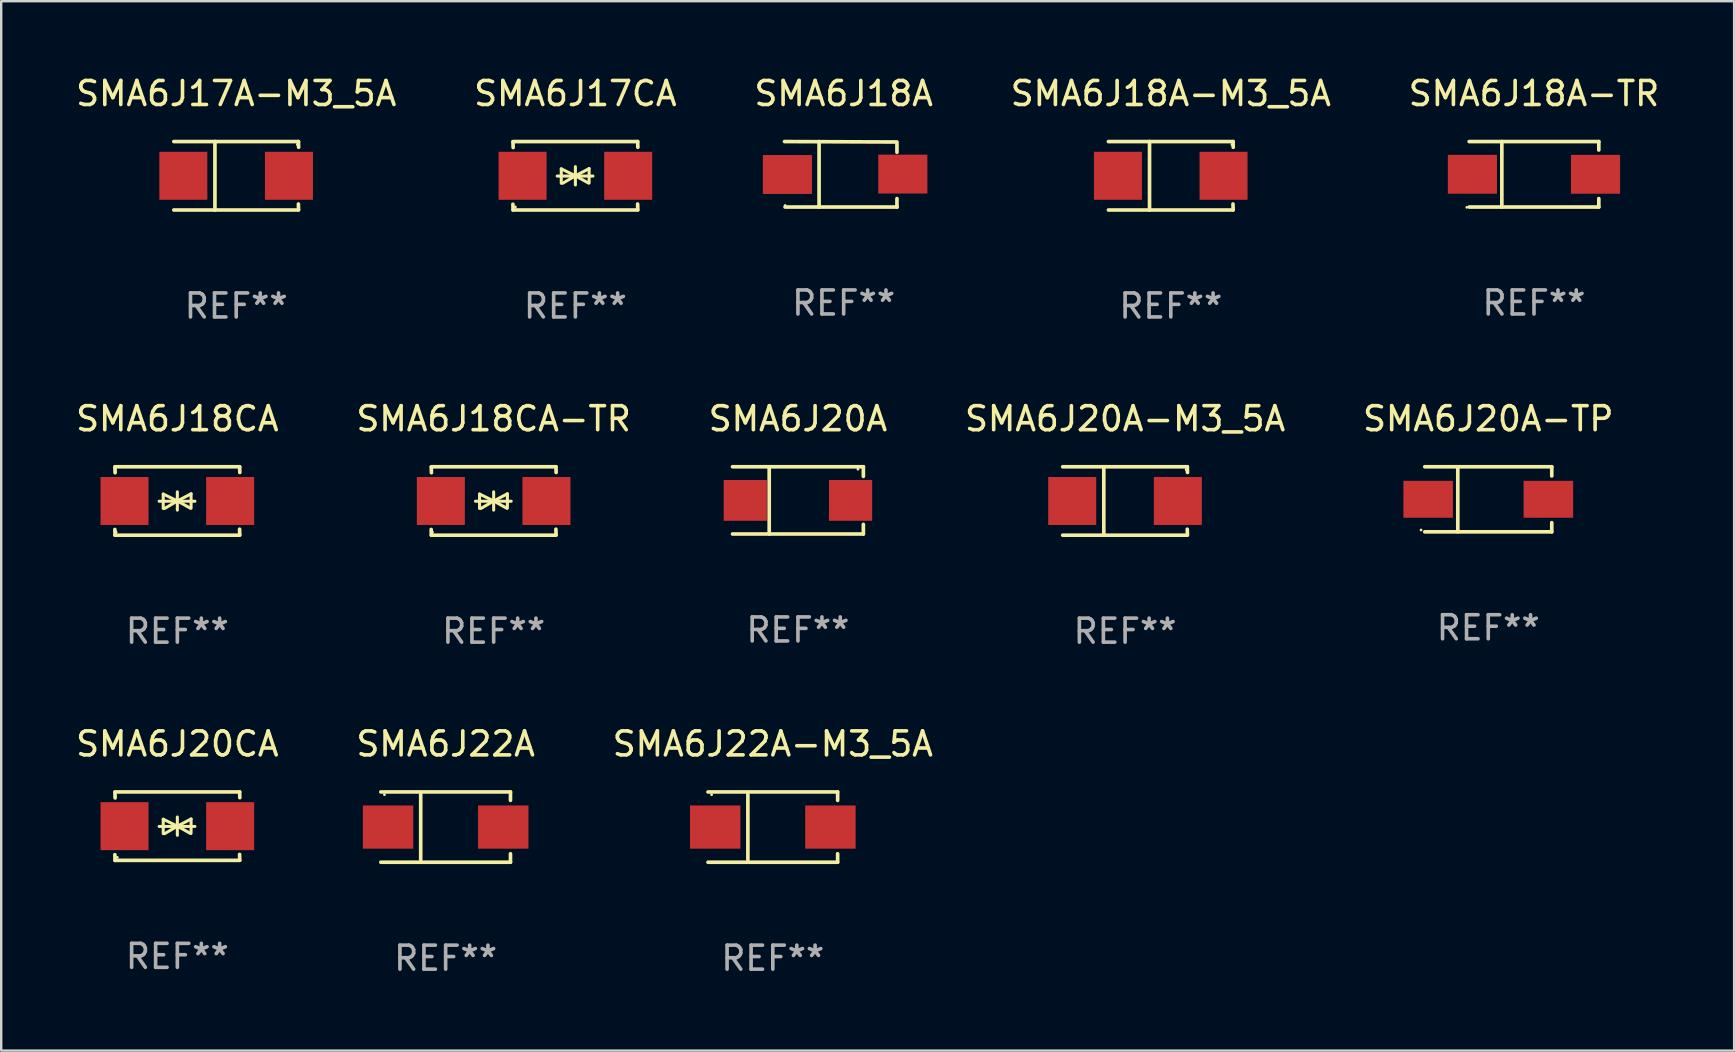
<source format=kicad_pcb>
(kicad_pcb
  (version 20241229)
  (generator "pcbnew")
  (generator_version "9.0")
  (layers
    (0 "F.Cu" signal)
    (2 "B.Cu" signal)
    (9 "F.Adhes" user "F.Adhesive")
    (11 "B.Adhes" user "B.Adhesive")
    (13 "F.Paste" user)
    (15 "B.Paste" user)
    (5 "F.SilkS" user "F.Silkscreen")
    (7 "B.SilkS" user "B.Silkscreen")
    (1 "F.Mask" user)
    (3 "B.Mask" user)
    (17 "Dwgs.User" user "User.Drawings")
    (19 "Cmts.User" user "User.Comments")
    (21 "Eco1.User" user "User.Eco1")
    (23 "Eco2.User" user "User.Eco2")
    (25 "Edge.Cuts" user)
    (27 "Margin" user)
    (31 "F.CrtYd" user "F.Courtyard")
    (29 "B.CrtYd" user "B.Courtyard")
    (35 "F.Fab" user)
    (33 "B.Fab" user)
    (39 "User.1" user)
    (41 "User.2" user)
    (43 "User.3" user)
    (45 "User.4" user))
  (footprint "SMA6J20A"
    (layer "F.Cu")
    (at 30.196 17.798)
    (property "Reference" "SMA6J20A" (at 0 -3.401 0) (layer "F.SilkS") (effects (font (size 1 1) (thickness 0.15))))
    (attr through_hole)
    (fp_line (start -2.726 -1.401) (end 2.726 -1.401) (stroke (width 0.152) (type solid)) (layer "F.SilkS"))
    (fp_line (start -2.726 1.401) (end 2.726 1.401) (stroke (width 0.152) (type solid)) (layer "F.SilkS"))
    (fp_line (start -1.197 -1.401) (end -1.197 1.401) (stroke (width 0.152) (type solid)) (layer "F.SilkS"))
    (fp_line (start 2.726 -1.401) (end 2.726 -1) (stroke (width 0.152) (type solid)) (layer "F.SilkS"))
    (fp_line (start 2.726 1.401) (end 2.726 1) (stroke (width 0.152) (type solid)) (layer "F.SilkS"))
    (fp_circle (center 2.5 -1.3) (end 2.53 -1.3) (stroke (width 0.06) (type solid)) (fill no) (layer "F.SilkS"))
    (fp_text user "REF**" (at 0 5.401 0) (layer "F.Fab") (effects (font (size 1 1) (thickness 0.15))))
    (pad "1" smd rect (at 2.193 0) (size 1.8 1.7) (layers "F.Cu" "F.Mask" "F.Paste"))
    (pad "2" smd rect (at -2.193 0) (size 1.8 1.7) (layers "F.Cu" "F.Mask" "F.Paste")))
  (footprint "SMA6J18A-M3_5A"
    (layer "F.Cu")
    (at 45.732 4.274)
    (property "Reference" "SMA6J18A-M3_5A" (at 0 -3.426 0) (layer "F.SilkS") (effects (font (size 1 1) (thickness 0.15))))
    (attr through_hole)
    (fp_line (start -2.6 -1.426) (end 2.593 -1.426) (stroke (width 0.152) (type solid)) (layer "F.SilkS"))
    (fp_line (start -2.6 1.426) (end 2.593 1.426) (stroke (width 0.152) (type solid)) (layer "F.SilkS"))
    (fp_line (start -0.887 -1.426) (end -0.887 1.426) (stroke (width 0.152) (type solid)) (layer "F.SilkS"))
    (fp_line (start 2.59 1.176) (end 2.597 1.415) (stroke (width 0.152) (type solid)) (layer "F.SilkS"))
    (fp_line (start 2.593 -1.426) (end 2.6 -1.187) (stroke (width 0.152) (type solid)) (layer "F.SilkS"))
    (fp_circle (center 2.547 -1.3) (end 2.577 -1.3) (stroke (width 0.06) (type solid)) (fill no) (layer "F.SilkS"))
    (fp_text user "REF**" (at 0 5.426 0) (layer "F.Fab") (effects (font (size 1 1) (thickness 0.15))))
    (pad "1" smd rect (at 2.197 -0.000025 180) (size 2 2) (layers "F.Cu" "F.Mask" "F.Paste"))
    (pad "2" smd rect (at -2.203 -0.000025 180) (size 2 2) (layers "F.Cu" "F.Mask" "F.Paste")))
  (footprint "SMA6J22A-M3_5A"
    (layer "F.Cu")
    (at 29.149 31.41)
    (property "Reference" "SMA6J22A-M3_5A" (at 0 -3.464 0) (layer "F.SilkS") (effects (font (size 1 1) (thickness 0.15))))
    (attr through_hole)
    (fp_line (start -2.701 -1.464) (end 2.701 -1.464) (stroke (width 0.152) (type solid)) (layer "F.SilkS"))
    (fp_line (start -2.701 1.464) (end 2.701 1.464) (stroke (width 0.152) (type solid)) (layer "F.SilkS"))
    (fp_line (start -1.039 -1.364) (end -1.039 1.364) (stroke (width 0.152) (type solid)) (layer "F.SilkS"))
    (fp_line (start 2.701 -1.464) (end 2.701 -1.113) (stroke (width 0.152) (type solid)) (layer "F.SilkS"))
    (fp_line (start 2.701 1.464) (end 2.701 1.113) (stroke (width 0.152) (type solid)) (layer "F.SilkS"))
    (fp_circle (center -2.55 -1.35) (end -2.52 -1.35) (stroke (width 0.06) (type solid)) (fill no) (layer "F.SilkS"))
    (fp_text user "REF**" (at 0 5.464 0) (layer "F.Fab") (effects (font (size 1 1) (thickness 0.15))))
    (pad "1" smd rect (at -2.4 0) (size 2.1 1.8) (layers "F.Cu" "F.Mask" "F.Paste"))
    (pad "2" smd rect (at 2.4 0) (size 2.1 1.8) (layers "F.Cu" "F.Mask" "F.Paste")))
  (footprint "SMA6J22A"
    (layer "F.Cu")
    (at 15.518 31.41)
    (property "Reference" "SMA6J22A" (at 0 -3.464 0) (layer "F.SilkS") (effects (font (size 1 1) (thickness 0.15))))
    (attr through_hole)
    (fp_line (start -2.701 -1.464) (end 2.701 -1.464) (stroke (width 0.152) (type solid)) (layer "F.SilkS"))
    (fp_line (start -2.701 1.464) (end 2.701 1.464) (stroke (width 0.152) (type solid)) (layer "F.SilkS"))
    (fp_line (start -1.039 -1.364) (end -1.039 1.364) (stroke (width 0.152) (type solid)) (layer "F.SilkS"))
    (fp_line (start 2.701 -1.464) (end 2.701 -1.113) (stroke (width 0.152) (type solid)) (layer "F.SilkS"))
    (fp_line (start 2.701 1.464) (end 2.701 1.113) (stroke (width 0.152) (type solid)) (layer "F.SilkS"))
    (fp_circle (center -2.55 -1.35) (end -2.52 -1.35) (stroke (width 0.06) (type solid)) (fill no) (layer "F.SilkS"))
    (fp_text user "REF**" (at 0 5.464 0) (layer "F.Fab") (effects (font (size 1 1) (thickness 0.15))))
    (pad "1" smd rect (at -2.4 0) (size 2.1 1.8) (layers "F.Cu" "F.Mask" "F.Paste"))
    (pad "2" smd rect (at 2.4 0) (size 2.1 1.8) (layers "F.Cu" "F.Mask" "F.Paste")))
  (footprint "SMA6J20A-M3_5A"
    (layer "F.Cu")
    (at 43.827 17.823)
    (property "Reference" "SMA6J20A-M3_5A" (at 0 -3.426 0) (layer "F.SilkS") (effects (font (size 1 1) (thickness 0.15))))
    (attr through_hole)
    (fp_line (start -2.6 -1.426) (end 2.593 -1.426) (stroke (width 0.152) (type solid)) (layer "F.SilkS"))
    (fp_line (start -2.6 1.426) (end 2.593 1.426) (stroke (width 0.152) (type solid)) (layer "F.SilkS"))
    (fp_line (start -0.887 -1.426) (end -0.887 1.426) (stroke (width 0.152) (type solid)) (layer "F.SilkS"))
    (fp_line (start 2.59 1.176) (end 2.597 1.415) (stroke (width 0.152) (type solid)) (layer "F.SilkS"))
    (fp_line (start 2.593 -1.426) (end 2.6 -1.187) (stroke (width 0.152) (type solid)) (layer "F.SilkS"))
    (fp_circle (center 2.547 -1.3) (end 2.577 -1.3) (stroke (width 0.06) (type solid)) (fill no) (layer "F.SilkS"))
    (fp_text user "REF**" (at 0 5.426 0) (layer "F.Fab") (effects (font (size 1 1) (thickness 0.15))))
    (pad "1" smd rect (at 2.197 -0.000025 180) (size 2 2) (layers "F.Cu" "F.Mask" "F.Paste"))
    (pad "2" smd rect (at -2.203 -0.000025 180) (size 2 2) (layers "F.Cu" "F.Mask" "F.Paste")))
  (footprint "SMA6J18A-TR"
    (layer "F.Cu")
    (at 60.863 4.212)
    (property "Reference" "SMA6J18A-TR" (at 0 -3.364 0) (layer "F.SilkS") (effects (font (size 1 1) (thickness 0.15))))
    (attr through_hole)
    (fp_line (start -2.701 -1.364) (end 2.701 -1.364) (stroke (width 0.152) (type solid)) (layer "F.SilkS"))
    (fp_line (start -2.701 1.364) (end 2.701 1.364) (stroke (width 0.152) (type solid)) (layer "F.SilkS"))
    (fp_line (start -1.339 -1.364) (end -1.339 1.364) (stroke (width 0.152) (type solid)) (layer "F.SilkS"))
    (fp_line (start 2.701 -1.364) (end 2.701 -1.013) (stroke (width 0.152) (type solid)) (layer "F.SilkS"))
    (fp_line (start 2.701 1.364) (end 2.701 1.013) (stroke (width 0.152) (type solid)) (layer "F.SilkS"))
    (fp_circle (center -2.8 1.375) (end -2.77 1.375) (stroke (width 0.06) (type solid)) (fill no) (layer "F.SilkS"))
    (fp_text user "REF**" (at 0 5.364 0) (layer "F.Fab") (effects (font (size 1 1) (thickness 0.15))))
    (pad "1" smd rect (at -2.565 -0.000025) (size 2.046 1.62) (layers "F.Cu" "F.Mask" "F.Paste"))
    (pad "2" smd rect (at 2.565 -0.000025) (size 2.046 1.62) (layers "F.Cu" "F.Mask" "F.Paste")))
  (footprint "SMA6J20CA"
    (layer "F.Cu")
    (at 4.339 31.372)
    (property "Reference" "SMA6J20CA" (at 0 -3.426 0) (layer "F.SilkS") (effects (font (size 1 1) (thickness 0.15))))
    (attr through_hole)
    (fp_line (start -2.596 -1.426) (end 2.596 -1.426) (stroke (width 0.152) (type solid)) (layer "F.SilkS"))
    (fp_line (start -2.596 1.426) (end -2.603 1.187) (stroke (width 0.152) (type solid)) (layer "F.SilkS"))
    (fp_line (start -2.596 1.426) (end 2.596 1.426) (stroke (width 0.152) (type solid)) (layer "F.SilkS"))
    (fp_line (start -2.593 -1.176) (end -2.6 -1.415) (stroke (width 0.152) (type solid)) (layer "F.SilkS"))
    (fp_line (start -0.758 0.011) (end 0.732 0.011) (stroke (width 0.127) (type solid)) (layer "F.SilkS"))
    (fp_line (start -0.588 -0.289) (end -0.588 0.311) (stroke (width 0.127) (type solid)) (layer "F.SilkS"))
    (fp_line (start -0.588 -0.289) (end 0 0) (stroke (width 0.127) (type solid)) (layer "F.SilkS"))
    (fp_line (start -0.528 0.311) (end 0 0) (stroke (width 0.127) (type solid)) (layer "F.SilkS"))
    (fp_line (start 0 0) (end 0 -0.381) (stroke (width 0.127) (type solid)) (layer "F.SilkS"))
    (fp_line (start 0 0) (end 0 0.381) (stroke (width 0.127) (type solid)) (layer "F.SilkS"))
    (fp_line (start 0.542 0.301) (end 0 0) (stroke (width 0.127) (type solid)) (layer "F.SilkS"))
    (fp_line (start 0.572 -0.299) (end 0 0) (stroke (width 0.127) (type solid)) (layer "F.SilkS"))
    (fp_line (start 0.572 -0.299) (end 0.572 0.301) (stroke (width 0.127) (type solid)) (layer "F.SilkS"))
    (fp_line (start 2.593 1.176) (end 2.6 1.415) (stroke (width 0.152) (type solid)) (layer "F.SilkS"))
    (fp_line (start 2.596 -1.426) (end 2.603 -1.187) (stroke (width 0.152) (type solid)) (layer "F.SilkS"))
    (fp_circle (center -2.5 1.3) (end -2.47 1.3) (stroke (width 0.06) (type solid)) (fill no) (layer "F.SilkS"))
    (fp_text user "REF**" (at 0 5.426 0) (layer "F.Fab") (effects (font (size 1 1) (thickness 0.15))))
    (pad "1" smd rect (at -2.2 0 180) (size 2 2) (layers "F.Cu" "F.Mask" "F.Paste"))
    (pad "2" smd rect (at 2.2 0 180) (size 2 2) (layers "F.Cu" "F.Mask" "F.Paste")))
  (footprint "SMA6J18CA-TR"
    (layer "F.Cu")
    (at 17.518 17.823)
    (property "Reference" "SMA6J18CA-TR" (at 0 -3.426 0) (layer "F.SilkS") (effects (font (size 1 1) (thickness 0.15))))
    (attr through_hole)
    (fp_line (start -2.596 -1.426) (end 2.596 -1.426) (stroke (width 0.152) (type solid)) (layer "F.SilkS"))
    (fp_line (start -2.596 1.426) (end -2.603 1.187) (stroke (width 0.152) (type solid)) (layer "F.SilkS"))
    (fp_line (start -2.596 1.426) (end 2.596 1.426) (stroke (width 0.152) (type solid)) (layer "F.SilkS"))
    (fp_line (start -2.593 -1.176) (end -2.6 -1.415) (stroke (width 0.152) (type solid)) (layer "F.SilkS"))
    (fp_line (start -0.758 0.011) (end 0.732 0.011) (stroke (width 0.127) (type solid)) (layer "F.SilkS"))
    (fp_line (start -0.588 -0.289) (end -0.588 0.311) (stroke (width 0.127) (type solid)) (layer "F.SilkS"))
    (fp_line (start -0.588 -0.289) (end 0 0) (stroke (width 0.127) (type solid)) (layer "F.SilkS"))
    (fp_line (start -0.528 0.311) (end 0 0) (stroke (width 0.127) (type solid)) (layer "F.SilkS"))
    (fp_line (start 0 0) (end 0 -0.381) (stroke (width 0.127) (type solid)) (layer "F.SilkS"))
    (fp_line (start 0 0) (end 0 0.381) (stroke (width 0.127) (type solid)) (layer "F.SilkS"))
    (fp_line (start 0.542 0.301) (end 0 0) (stroke (width 0.127) (type solid)) (layer "F.SilkS"))
    (fp_line (start 0.572 -0.299) (end 0 0) (stroke (width 0.127) (type solid)) (layer "F.SilkS"))
    (fp_line (start 0.572 -0.299) (end 0.572 0.301) (stroke (width 0.127) (type solid)) (layer "F.SilkS"))
    (fp_line (start 2.593 1.176) (end 2.6 1.415) (stroke (width 0.152) (type solid)) (layer "F.SilkS"))
    (fp_line (start 2.596 -1.426) (end 2.603 -1.187) (stroke (width 0.152) (type solid)) (layer "F.SilkS"))
    (fp_circle (center -2.55 1.3) (end -2.52 1.3) (stroke (width 0.06) (type solid)) (fill no) (layer "F.SilkS"))
    (fp_text user "REF**" (at 0 5.426 0) (layer "F.Fab") (effects (font (size 1 1) (thickness 0.15))))
    (pad "1" smd rect (at -2.2 0 180) (size 2 2) (layers "F.Cu" "F.Mask" "F.Paste"))
    (pad "2" smd rect (at 2.2 0 180) (size 2 2) (layers "F.Cu" "F.Mask" "F.Paste")))
  (footprint "SMA6J17A-M3_5A"
    (layer "F.Cu")
    (at 6.792 4.274)
    (property "Reference" "SMA6J17A-M3_5A" (at 0 -3.426 0) (layer "F.SilkS") (effects (font (size 1 1) (thickness 0.15))))
    (attr through_hole)
    (fp_line (start -2.6 -1.426) (end 2.593 -1.426) (stroke (width 0.152) (type solid)) (layer "F.SilkS"))
    (fp_line (start -2.6 1.426) (end 2.593 1.426) (stroke (width 0.152) (type solid)) (layer "F.SilkS"))
    (fp_line (start -0.887 -1.426) (end -0.887 1.426) (stroke (width 0.152) (type solid)) (layer "F.SilkS"))
    (fp_line (start 2.59 1.176) (end 2.597 1.415) (stroke (width 0.152) (type solid)) (layer "F.SilkS"))
    (fp_line (start 2.593 -1.426) (end 2.6 -1.187) (stroke (width 0.152) (type solid)) (layer "F.SilkS"))
    (fp_circle (center 2.547 -1.3) (end 2.577 -1.3) (stroke (width 0.06) (type solid)) (fill no) (layer "F.SilkS"))
    (fp_text user "REF**" (at 0 5.426 0) (layer "F.Fab") (effects (font (size 1 1) (thickness 0.15))))
    (pad "1" smd rect (at 2.197 -0.000025 180) (size 2 2) (layers "F.Cu" "F.Mask" "F.Paste"))
    (pad "2" smd rect (at -2.203 -0.000025 180) (size 2 2) (layers "F.Cu" "F.Mask" "F.Paste")))
  (footprint "SMA6J20A-TP"
    (layer "F.Cu")
    (at 58.958 17.753)
    (property "Reference" "SMA6J20A-TP" (at 0 -3.356 0) (layer "F.SilkS") (effects (font (size 1 1) (thickness 0.15))))
    (attr through_hole)
    (fp_line (start -2.646 -1.356) (end 2.646 -1.356) (stroke (width 0.152) (type solid)) (layer "F.SilkS"))
    (fp_line (start -2.646 1.356) (end 2.646 1.356) (stroke (width 0.152) (type solid)) (layer "F.SilkS"))
    (fp_line (start -1.269 -1.356) (end -1.269 1.356) (stroke (width 0.152) (type solid)) (layer "F.SilkS"))
    (fp_line (start 2.646 -1.356) (end 2.646 -0.973) (stroke (width 0.152) (type solid)) (layer "F.SilkS"))
    (fp_line (start 2.646 1.356) (end 2.646 0.973) (stroke (width 0.152) (type solid)) (layer "F.SilkS"))
    (fp_circle (center -2.8 1.28) (end -2.77 1.28) (stroke (width 0.06) (type solid)) (fill no) (layer "F.SilkS"))
    (fp_text user "REF**" (at 0 5.356 0) (layer "F.Fab") (effects (font (size 1 1) (thickness 0.15))))
    (pad "1" smd rect (at 2.504 0) (size 2.063 1.539) (layers "F.Cu" "F.Mask" "F.Paste"))
    (pad "2" smd rect (at -2.504 0) (size 2.063 1.539) (layers "F.Cu" "F.Mask" "F.Paste")))
  (footprint "SMA6J18CA"
    (layer "F.Cu")
    (at 4.339 17.823)
    (property "Reference" "SMA6J18CA" (at 0 -3.426 0) (layer "F.SilkS") (effects (font (size 1 1) (thickness 0.15))))
    (attr through_hole)
    (fp_line (start -2.596 -1.426) (end 2.596 -1.426) (stroke (width 0.152) (type solid)) (layer "F.SilkS"))
    (fp_line (start -2.596 1.426) (end -2.603 1.187) (stroke (width 0.152) (type solid)) (layer "F.SilkS"))
    (fp_line (start -2.596 1.426) (end 2.596 1.426) (stroke (width 0.152) (type solid)) (layer "F.SilkS"))
    (fp_line (start -2.593 -1.176) (end -2.6 -1.415) (stroke (width 0.152) (type solid)) (layer "F.SilkS"))
    (fp_line (start -0.758 0.011) (end 0.732 0.011) (stroke (width 0.127) (type solid)) (layer "F.SilkS"))
    (fp_line (start -0.588 -0.289) (end -0.588 0.311) (stroke (width 0.127) (type solid)) (layer "F.SilkS"))
    (fp_line (start -0.588 -0.289) (end 0 0) (stroke (width 0.127) (type solid)) (layer "F.SilkS"))
    (fp_line (start -0.528 0.311) (end 0 0) (stroke (width 0.127) (type solid)) (layer "F.SilkS"))
    (fp_line (start 0 0) (end 0 -0.381) (stroke (width 0.127) (type solid)) (layer "F.SilkS"))
    (fp_line (start 0 0) (end 0 0.381) (stroke (width 0.127) (type solid)) (layer "F.SilkS"))
    (fp_line (start 0.542 0.301) (end 0 0) (stroke (width 0.127) (type solid)) (layer "F.SilkS"))
    (fp_line (start 0.572 -0.299) (end 0 0) (stroke (width 0.127) (type solid)) (layer "F.SilkS"))
    (fp_line (start 0.572 -0.299) (end 0.572 0.301) (stroke (width 0.127) (type solid)) (layer "F.SilkS"))
    (fp_line (start 2.593 1.176) (end 2.6 1.415) (stroke (width 0.152) (type solid)) (layer "F.SilkS"))
    (fp_line (start 2.596 -1.426) (end 2.603 -1.187) (stroke (width 0.152) (type solid)) (layer "F.SilkS"))
    (fp_circle (center -2.55 1.3) (end -2.52 1.3) (stroke (width 0.06) (type solid)) (fill no) (layer "F.SilkS"))
    (fp_text user "REF**" (at 0 5.426 0) (layer "F.Fab") (effects (font (size 1 1) (thickness 0.15))))
    (pad "1" smd rect (at -2.2 0 180) (size 2 2) (layers "F.Cu" "F.Mask" "F.Paste"))
    (pad "2" smd rect (at 2.2 0 180) (size 2 2) (layers "F.Cu" "F.Mask" "F.Paste")))
  (footprint "SMA6J17CA"
    (layer "F.Cu")
    (at 20.923 4.274)
    (property "Reference" "SMA6J17CA" (at 0 -3.426 0) (layer "F.SilkS") (effects (font (size 1 1) (thickness 0.15))))
    (attr through_hole)
    (fp_line (start -2.596 -1.426) (end 2.596 -1.426) (stroke (width 0.152) (type solid)) (layer "F.SilkS"))
    (fp_line (start -2.596 1.426) (end -2.603 1.187) (stroke (width 0.152) (type solid)) (layer "F.SilkS"))
    (fp_line (start -2.596 1.426) (end 2.596 1.426) (stroke (width 0.152) (type solid)) (layer "F.SilkS"))
    (fp_line (start -2.593 -1.176) (end -2.6 -1.415) (stroke (width 0.152) (type solid)) (layer "F.SilkS"))
    (fp_line (start -0.758 0.011) (end 0.732 0.011) (stroke (width 0.127) (type solid)) (layer "F.SilkS"))
    (fp_line (start -0.588 -0.289) (end -0.588 0.311) (stroke (width 0.127) (type solid)) (layer "F.SilkS"))
    (fp_line (start -0.588 -0.289) (end 0 0) (stroke (width 0.127) (type solid)) (layer "F.SilkS"))
    (fp_line (start -0.528 0.311) (end 0 0) (stroke (width 0.127) (type solid)) (layer "F.SilkS"))
    (fp_line (start 0 0) (end 0 -0.381) (stroke (width 0.127) (type solid)) (layer "F.SilkS"))
    (fp_line (start 0 0) (end 0 0.381) (stroke (width 0.127) (type solid)) (layer "F.SilkS"))
    (fp_line (start 0.542 0.301) (end 0 0) (stroke (width 0.127) (type solid)) (layer "F.SilkS"))
    (fp_line (start 0.572 -0.299) (end 0 0) (stroke (width 0.127) (type solid)) (layer "F.SilkS"))
    (fp_line (start 0.572 -0.299) (end 0.572 0.301) (stroke (width 0.127) (type solid)) (layer "F.SilkS"))
    (fp_line (start 2.593 1.176) (end 2.6 1.415) (stroke (width 0.152) (type solid)) (layer "F.SilkS"))
    (fp_line (start 2.596 -1.426) (end 2.603 -1.187) (stroke (width 0.152) (type solid)) (layer "F.SilkS"))
    (fp_circle (center -2.5 1.3) (end -2.47 1.3) (stroke (width 0.06) (type solid)) (fill no) (layer "F.SilkS"))
    (fp_text user "REF**" (at 0 5.426 0) (layer "F.Fab") (effects (font (size 1 1) (thickness 0.15))))
    (pad "1" smd rect (at -2.2 0 180) (size 2 2) (layers "F.Cu" "F.Mask" "F.Paste"))
    (pad "2" smd rect (at 2.2 0 180) (size 2 2) (layers "F.Cu" "F.Mask" "F.Paste")))
  (footprint "SMA6J18A"
    (layer "F.Cu")
    (at 32.101 4.212)
    (property "Reference" "SMA6J18A" (at 0 -3.364 0) (layer "F.SilkS") (effects (font (size 1 1) (thickness 0.15))))
    (attr through_hole)
    (fp_line (start -2.465 -1.364) (end 2.22 -1.346) (stroke (width 0.152) (type solid)) (layer "F.SilkS"))
    (fp_line (start -2.442 1.364) (end 2.226 1.364) (stroke (width 0.152) (type solid)) (layer "F.SilkS"))
    (fp_line (start -1.024 -1.364) (end -1.024 1.364) (stroke (width 0.152) (type solid)) (layer "F.SilkS"))
    (fp_line (start 2.22 -1.27) (end 2.22 -0.919) (stroke (width 0.152) (type solid)) (layer "F.SilkS"))
    (fp_line (start 2.22 1.364) (end 2.22 1.013) (stroke (width 0.152) (type solid)) (layer "F.SilkS"))
    (fp_circle (center -2.439 1.3) (end -2.409 1.3) (stroke (width 0.06) (type solid)) (fill no) (layer "F.SilkS"))
    (fp_text user "REF**" (at 0 5.364 0) (layer "F.Fab") (effects (font (size 1 1) (thickness 0.15))))
    (pad "1" smd rect (at -2.343 0.009) (size 2.046 1.62) (layers "F.Cu" "F.Mask" "F.Paste"))
    (pad "2" smd rect (at 2.465 -0.009 180) (size 2.046 1.62) (layers "F.Cu" "F.Mask" "F.Paste")))
  (gr_rect
    (start -3 -3)
    (end 69.202 40.722)
    (stroke (width 0.1) (type default))
    (fill no)
    (layer "Edge.Cuts")))
</source>
